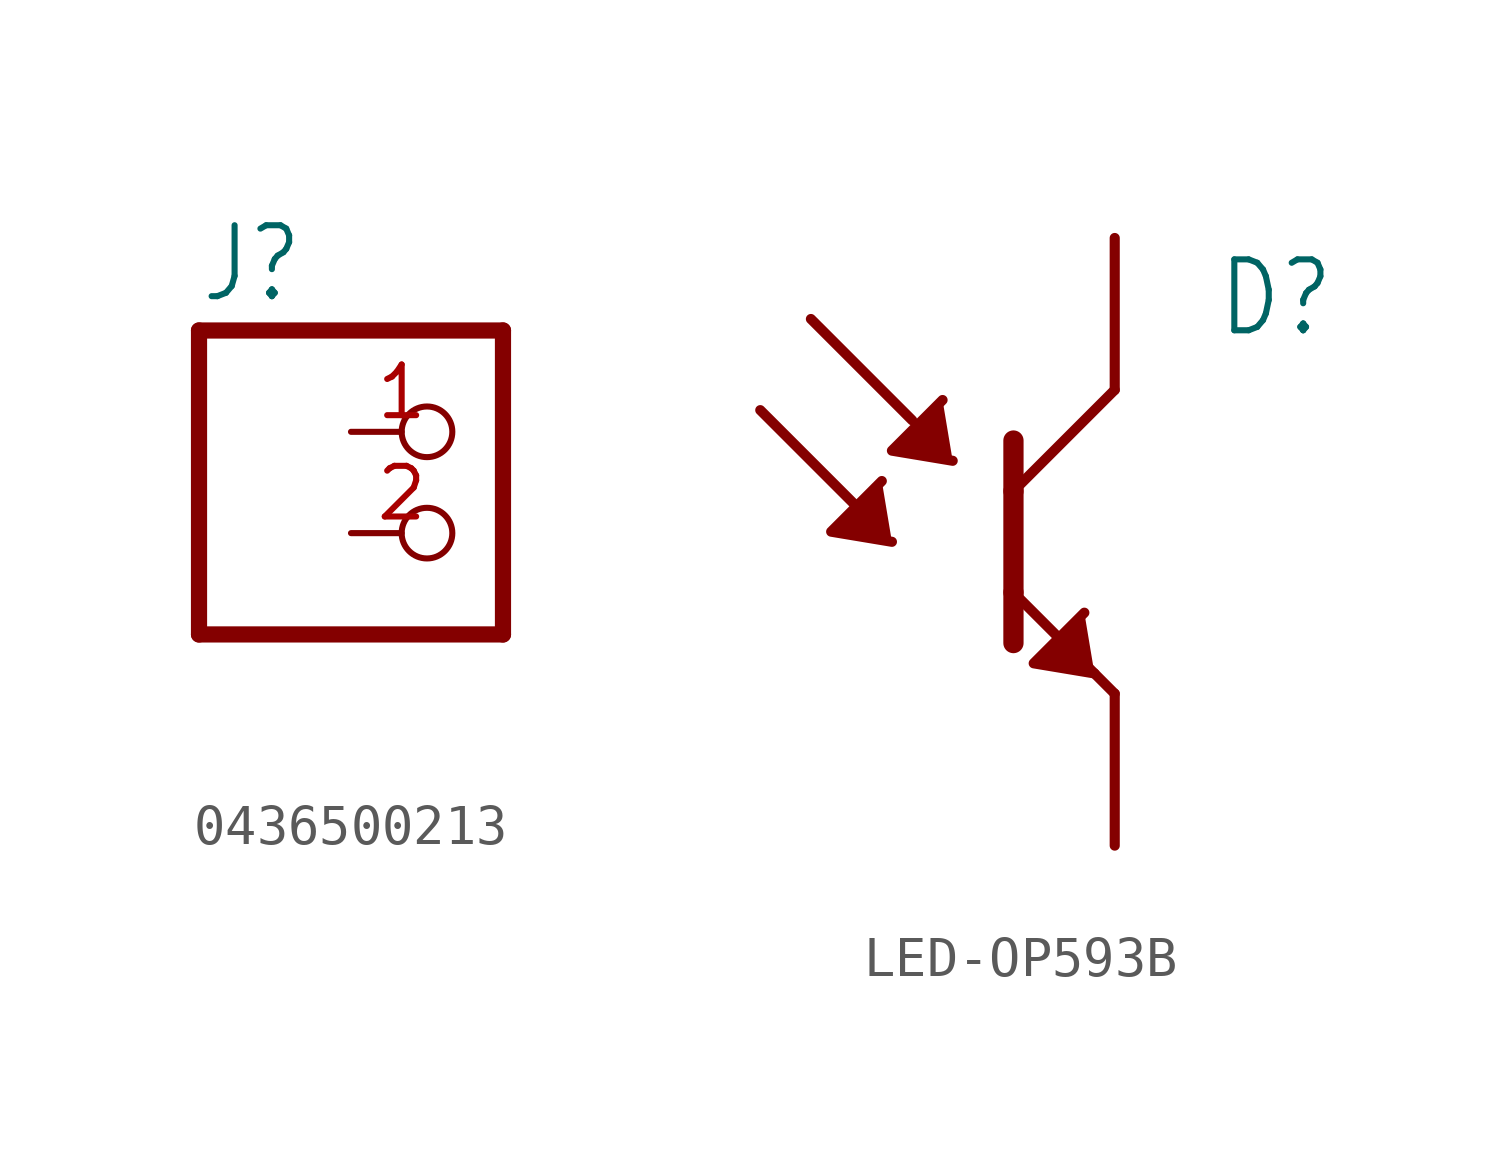
<source format=kicad_sym>
(kicad_symbol_lib
  (version 20231120)
  (generator "kicad_symbol_editor")
  (generator_version "8.0")
  (symbol "0436500213"
    (property "Reference" "J"
      (at -6.35 5.715 0)
      (effects (font (size 1.778 1.511)) (justify left bottom)))
    (property "Value" ""
      (at -6.35 -5.08 0)
      (effects (font (size 1.778 1.511)) (justify left bottom)))
    (property "ki_locked" ""
      (at 0 0 0)
      (effects (font (size 1.27 1.27))))
    (symbol "0436500213_1_0"
      (polyline (pts (xy -6.35 -2.54) (xy 1.27 -2.54)) (stroke (width 0.406) (type solid)) (fill (type none)))
      (polyline (pts (xy -6.35 5.08) (xy -6.35 -2.54)) (stroke (width 0.406) (type solid)) (fill (type none)))
      (polyline (pts (xy 1.27 -2.54) (xy 1.27 5.08)) (stroke (width 0.406) (type solid)) (fill (type none)))
      (polyline (pts (xy 1.27 5.08) (xy -6.35 5.08)) (stroke (width 0.406) (type solid)) (fill (type none)))
      (pin passive inverted (at -2.54 2.54 0) (length 2.54) (name "1" (effects (font (size 0 0)))) (number "1" (effects (font (size 1.27 1.27)))))
      (pin passive inverted (at -2.54 0 0) (length 2.54) (name "2" (effects (font (size 0 0)))) (number "2" (effects (font (size 1.27 1.27)))))))
  (symbol "LED-OP593B"
    (property "Reference" "D"
      (at 5.08 5.08 0)
      (effects (font (size 1.778 1.511)) (justify left bottom)))
    (property "Value" ""
      (at 5.08 -5.08 0)
      (effects (font (size 1.778 1.511)) (justify left bottom)))
    (property "ki_locked" ""
      (at 0 0 0)
      (effects (font (size 1.27 1.27))))
    (symbol "LED-OP593B_1_0"
      (polyline (pts (xy -3.81 0.762) (xy -6.35 3.302)) (stroke (width 0.254) (type solid)) (fill (type none)))
      (polyline (pts (xy -2.54 3.048) (xy -5.08 5.588)) (stroke (width 0.254) (type solid)) (fill (type none)))
      (polyline (pts (xy 0 -1.27) (xy 0 -2.54)) (stroke (width 0.508) (type solid)) (fill (type none)))
      (polyline (pts (xy 0 -1.27) (xy 2.54 -3.81)) (stroke (width 0.254) (type solid)) (fill (type none)))
      (polyline (pts (xy 0 1.27) (xy 0 -1.27)) (stroke (width 0.508) (type solid)) (fill (type none)))
      (polyline (pts (xy 0 1.27) (xy 2.54 3.81)) (stroke (width 0.254) (type solid)) (fill (type none)))
      (polyline (pts (xy 0 2.54) (xy 0 1.27)) (stroke (width 0.508) (type solid)) (fill (type none)))
      (polyline (pts (xy 2.54 -3.81) (xy 2.54 -7.62)) (stroke (width 0.254) (type solid)) (fill (type none)))
      (polyline (pts (xy 2.54 3.81) (xy 2.54 7.62)) (stroke (width 0.254) (type solid)) (fill (type none)))
      (polyline (pts (xy -3.302 1.524) (xy -4.572 0.254) (xy -3.048 0)) (stroke (width 0.254) (type solid)) (fill (type outline)))
      (polyline (pts (xy -1.778 3.556) (xy -3.048 2.286) (xy -1.524 2.032)) (stroke (width 0.254) (type solid)) (fill (type outline)))
      (polyline (pts (xy 1.778 -1.778) (xy 0.508 -3.048) (xy 2.032 -3.302)) (stroke (width 0.254) (type solid)) (fill (type outline)))
      (pin bidirectional line (at 2.54 -7.62 90) (length 2.54) (name "C" (effects (font (size 0 0)))) (number "P$1" (effects (font (size 0 0)))))
      (pin bidirectional line (at 2.54 7.62 270) (length 2.54) (name "E" (effects (font (size 0 0)))) (number "P$2" (effects (font (size 0 0))))))))
</source>
